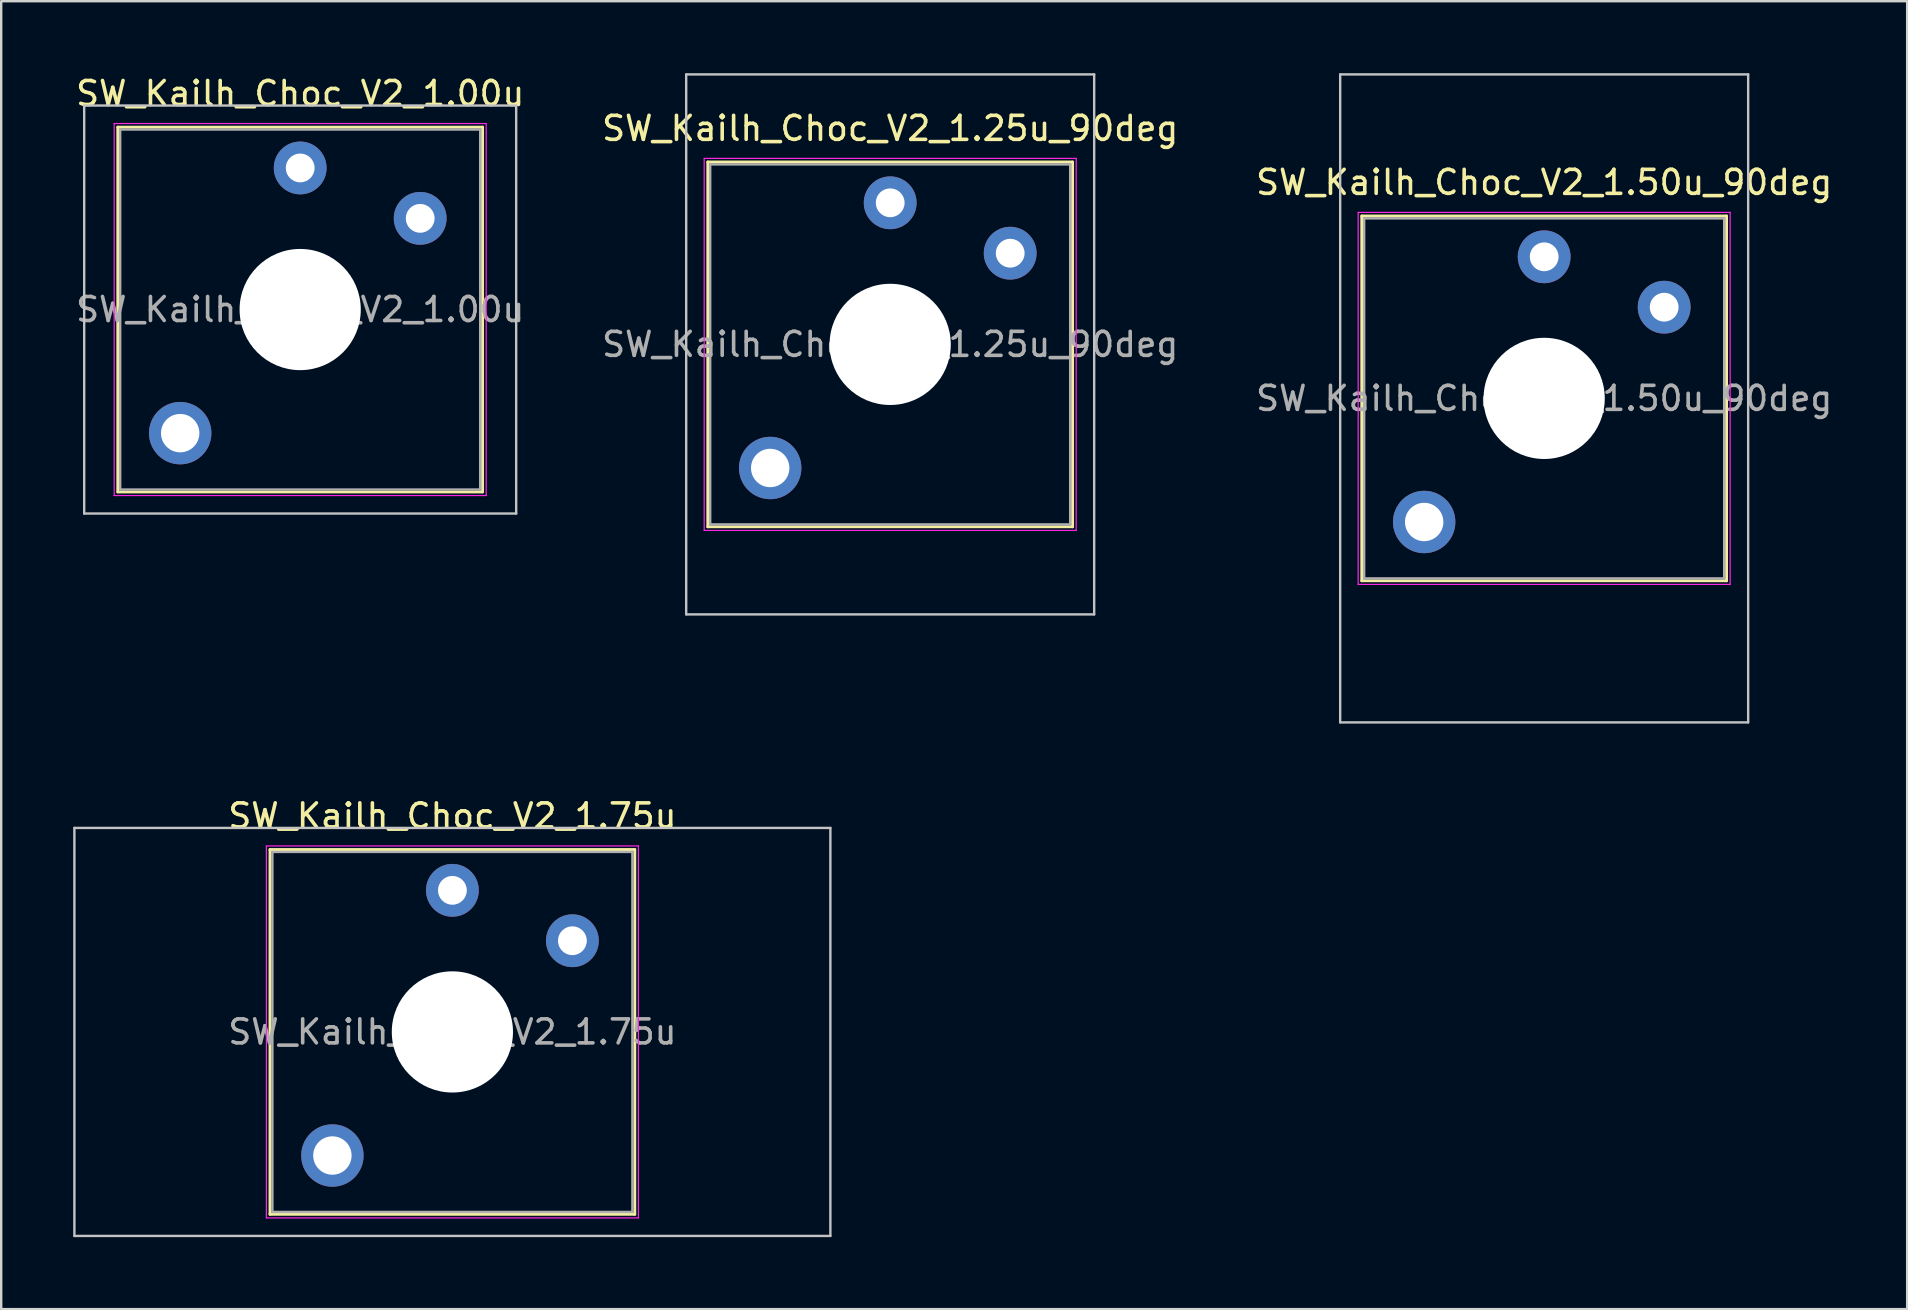
<source format=kicad_pcb>
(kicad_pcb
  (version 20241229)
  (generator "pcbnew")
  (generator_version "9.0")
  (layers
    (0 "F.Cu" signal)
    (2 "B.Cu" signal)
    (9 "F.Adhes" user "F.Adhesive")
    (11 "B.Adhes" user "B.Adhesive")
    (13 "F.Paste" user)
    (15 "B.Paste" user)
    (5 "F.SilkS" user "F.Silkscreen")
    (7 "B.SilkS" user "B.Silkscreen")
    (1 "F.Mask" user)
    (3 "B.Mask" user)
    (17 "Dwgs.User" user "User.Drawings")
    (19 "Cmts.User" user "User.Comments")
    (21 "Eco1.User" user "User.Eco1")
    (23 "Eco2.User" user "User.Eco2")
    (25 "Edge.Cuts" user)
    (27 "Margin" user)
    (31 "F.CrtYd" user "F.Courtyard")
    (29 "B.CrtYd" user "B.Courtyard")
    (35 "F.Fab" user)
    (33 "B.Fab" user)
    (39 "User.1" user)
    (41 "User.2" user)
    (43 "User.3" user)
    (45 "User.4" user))
  (footprint "SW_Kailh_Choc_V2_1.25u_90deg"
    (layer "F.Cu")
    (at 34.042 11.3)
    (property "Reference" "SW_Kailh_Choc_V2_1.25u_90deg" (at 0 -9 0) (layer "F.SilkS") (effects (font (size 1 1) (thickness 0.15))))
    (attr through_hole)
    (fp_line (start -7.6 -7.6) (end -7.6 7.6) (stroke (width 0.12) (type solid)) (layer "F.SilkS"))
    (fp_line (start -7.6 7.6) (end 7.6 7.6) (stroke (width 0.12) (type solid)) (layer "F.SilkS"))
    (fp_line (start 7.6 -7.6) (end -7.6 -7.6) (stroke (width 0.12) (type solid)) (layer "F.SilkS"))
    (fp_line (start 7.6 7.6) (end 7.6 -7.6) (stroke (width 0.12) (type solid)) (layer "F.SilkS"))
    (fp_line (start -8.5 -11.25) (end 8.5 -11.25) (stroke (width 0.1) (type solid)) (layer "Dwgs.User"))
    (fp_line (start -8.5 11.25) (end -8.5 -11.25) (stroke (width 0.1) (type solid)) (layer "Dwgs.User"))
    (fp_line (start 8.5 -11.25) (end 8.5 11.25) (stroke (width 0.1) (type solid)) (layer "Dwgs.User"))
    (fp_line (start 8.5 11.25) (end -8.5 11.25) (stroke (width 0.1) (type solid)) (layer "Dwgs.User"))
    (fp_line (start -7.25 -7.25) (end -7.25 7.25) (stroke (width 0.1) (type solid)) (layer "Eco1.User"))
    (fp_line (start -7.25 7.25) (end 7.25 7.25) (stroke (width 0.1) (type solid)) (layer "Eco1.User"))
    (fp_line (start 7.25 -7.25) (end -7.25 -7.25) (stroke (width 0.1) (type solid)) (layer "Eco1.User"))
    (fp_line (start 7.25 7.25) (end 7.25 -7.25) (stroke (width 0.1) (type solid)) (layer "Eco1.User"))
    (fp_line (start -7.75 -7.75) (end -7.75 7.75) (stroke (width 0.05) (type solid)) (layer "F.CrtYd"))
    (fp_line (start -7.75 7.75) (end 7.75 7.75) (stroke (width 0.05) (type solid)) (layer "F.CrtYd"))
    (fp_line (start 7.75 -7.75) (end -7.75 -7.75) (stroke (width 0.05) (type solid)) (layer "F.CrtYd"))
    (fp_line (start 7.75 7.75) (end 7.75 -7.75) (stroke (width 0.05) (type solid)) (layer "F.CrtYd"))
    (fp_line (start -7.5 -7.5) (end -7.5 7.5) (stroke (width 0.1) (type solid)) (layer "F.Fab"))
    (fp_line (start -7.5 7.5) (end 7.5 7.5) (stroke (width 0.1) (type solid)) (layer "F.Fab"))
    (fp_line (start 7.5 -7.5) (end -7.5 -7.5) (stroke (width 0.1) (type solid)) (layer "F.Fab"))
    (fp_line (start 7.5 7.5) (end 7.5 -7.5) (stroke (width 0.1) (type solid)) (layer "F.Fab"))
    (fp_text user "${REFERENCE}" (at 0 0 0) (layer "F.Fab") (effects (font (size 1 1) (thickness 0.15))))
    (pad "" smd circle (at -5 5.15) (size 1.65 1.65) (layers "F.Mask"))
    (pad "" thru_hole circle (at -5 5.15) (size 2.6 2.6) (drill 1.6) (layers "*.Cu" "B.Mask"))
    (pad "" smd circle (at 0 -5.9) (size 1.25 1.25) (layers "F.Mask"))
    (pad "" np_thru_hole circle (at 0 0) (size 5.05 5.05) (drill 5.05) (layers "*.Cu" "*.Mask"))
    (pad "" smd circle (at 5 -3.8) (size 1.25 1.25) (layers "F.Mask"))
    (pad "1" thru_hole circle (at 0 -5.9) (size 2.2 2.2) (drill 1.2) (layers "*.Cu" "B.Mask"))
    (pad "2" thru_hole circle (at 5 -3.8) (size 2.2 2.2) (drill 1.2) (layers "*.Cu" "B.Mask")))
  (footprint "SW_Kailh_Choc_V2_1.75u"
    (layer "F.Cu")
    (at 15.8 39.948)
    (property "Reference" "SW_Kailh_Choc_V2_1.75u" (at 0 -9 0) (layer "F.SilkS") (effects (font (size 1 1) (thickness 0.15))))
    (attr through_hole)
    (fp_line (start -7.6 -7.6) (end -7.6 7.6) (stroke (width 0.12) (type solid)) (layer "F.SilkS"))
    (fp_line (start -7.6 7.6) (end 7.6 7.6) (stroke (width 0.12) (type solid)) (layer "F.SilkS"))
    (fp_line (start 7.6 -7.6) (end -7.6 -7.6) (stroke (width 0.12) (type solid)) (layer "F.SilkS"))
    (fp_line (start 7.6 7.6) (end 7.6 -7.6) (stroke (width 0.12) (type solid)) (layer "F.SilkS"))
    (fp_line (start -15.75 -8.5) (end -15.75 8.5) (stroke (width 0.1) (type solid)) (layer "Dwgs.User"))
    (fp_line (start -15.75 8.5) (end 15.75 8.5) (stroke (width 0.1) (type solid)) (layer "Dwgs.User"))
    (fp_line (start 15.75 -8.5) (end -15.75 -8.5) (stroke (width 0.1) (type solid)) (layer "Dwgs.User"))
    (fp_line (start 15.75 8.5) (end 15.75 -8.5) (stroke (width 0.1) (type solid)) (layer "Dwgs.User"))
    (fp_line (start -7.25 -7.25) (end -7.25 7.25) (stroke (width 0.1) (type solid)) (layer "Eco1.User"))
    (fp_line (start -7.25 7.25) (end 7.25 7.25) (stroke (width 0.1) (type solid)) (layer "Eco1.User"))
    (fp_line (start 7.25 -7.25) (end -7.25 -7.25) (stroke (width 0.1) (type solid)) (layer "Eco1.User"))
    (fp_line (start 7.25 7.25) (end 7.25 -7.25) (stroke (width 0.1) (type solid)) (layer "Eco1.User"))
    (fp_line (start -7.75 -7.75) (end -7.75 7.75) (stroke (width 0.05) (type solid)) (layer "F.CrtYd"))
    (fp_line (start -7.75 7.75) (end 7.75 7.75) (stroke (width 0.05) (type solid)) (layer "F.CrtYd"))
    (fp_line (start 7.75 -7.75) (end -7.75 -7.75) (stroke (width 0.05) (type solid)) (layer "F.CrtYd"))
    (fp_line (start 7.75 7.75) (end 7.75 -7.75) (stroke (width 0.05) (type solid)) (layer "F.CrtYd"))
    (fp_line (start -7.5 -7.5) (end -7.5 7.5) (stroke (width 0.1) (type solid)) (layer "F.Fab"))
    (fp_line (start -7.5 7.5) (end 7.5 7.5) (stroke (width 0.1) (type solid)) (layer "F.Fab"))
    (fp_line (start 7.5 -7.5) (end -7.5 -7.5) (stroke (width 0.1) (type solid)) (layer "F.Fab"))
    (fp_line (start 7.5 7.5) (end 7.5 -7.5) (stroke (width 0.1) (type solid)) (layer "F.Fab"))
    (fp_text user "${REFERENCE}" (at 0 0 0) (layer "F.Fab") (effects (font (size 1 1) (thickness 0.15))))
    (pad "" smd circle (at -5 5.15) (size 1.65 1.65) (layers "F.Mask"))
    (pad "" thru_hole circle (at -5 5.15) (size 2.6 2.6) (drill 1.6) (layers "*.Cu" "B.Mask"))
    (pad "" smd circle (at 0 -5.9) (size 1.25 1.25) (layers "F.Mask"))
    (pad "" np_thru_hole circle (at 0 0) (size 5.05 5.05) (drill 5.05) (layers "*.Cu" "*.Mask"))
    (pad "" smd circle (at 5 -3.8) (size 1.25 1.25) (layers "F.Mask"))
    (pad "1" thru_hole circle (at 0 -5.9) (size 2.2 2.2) (drill 1.2) (layers "*.Cu" "B.Mask"))
    (pad "2" thru_hole circle (at 5 -3.8) (size 2.2 2.2) (drill 1.2) (layers "*.Cu" "B.Mask")))
  (footprint "SW_Kailh_Choc_V2_1.50u_90deg"
    (layer "F.Cu")
    (at 61.292 13.55)
    (property "Reference" "SW_Kailh_Choc_V2_1.50u_90deg" (at 0 -9 0) (layer "F.SilkS") (effects (font (size 1 1) (thickness 0.15))))
    (attr through_hole)
    (fp_line (start -7.6 -7.6) (end -7.6 7.6) (stroke (width 0.12) (type solid)) (layer "F.SilkS"))
    (fp_line (start -7.6 7.6) (end 7.6 7.6) (stroke (width 0.12) (type solid)) (layer "F.SilkS"))
    (fp_line (start 7.6 -7.6) (end -7.6 -7.6) (stroke (width 0.12) (type solid)) (layer "F.SilkS"))
    (fp_line (start 7.6 7.6) (end 7.6 -7.6) (stroke (width 0.12) (type solid)) (layer "F.SilkS"))
    (fp_line (start -8.5 -13.5) (end 8.5 -13.5) (stroke (width 0.1) (type solid)) (layer "Dwgs.User"))
    (fp_line (start -8.5 13.5) (end -8.5 -13.5) (stroke (width 0.1) (type solid)) (layer "Dwgs.User"))
    (fp_line (start 8.5 -13.5) (end 8.5 13.5) (stroke (width 0.1) (type solid)) (layer "Dwgs.User"))
    (fp_line (start 8.5 13.5) (end -8.5 13.5) (stroke (width 0.1) (type solid)) (layer "Dwgs.User"))
    (fp_line (start -7.25 -7.25) (end -7.25 7.25) (stroke (width 0.1) (type solid)) (layer "Eco1.User"))
    (fp_line (start -7.25 7.25) (end 7.25 7.25) (stroke (width 0.1) (type solid)) (layer "Eco1.User"))
    (fp_line (start 7.25 -7.25) (end -7.25 -7.25) (stroke (width 0.1) (type solid)) (layer "Eco1.User"))
    (fp_line (start 7.25 7.25) (end 7.25 -7.25) (stroke (width 0.1) (type solid)) (layer "Eco1.User"))
    (fp_line (start -7.75 -7.75) (end -7.75 7.75) (stroke (width 0.05) (type solid)) (layer "F.CrtYd"))
    (fp_line (start -7.75 7.75) (end 7.75 7.75) (stroke (width 0.05) (type solid)) (layer "F.CrtYd"))
    (fp_line (start 7.75 -7.75) (end -7.75 -7.75) (stroke (width 0.05) (type solid)) (layer "F.CrtYd"))
    (fp_line (start 7.75 7.75) (end 7.75 -7.75) (stroke (width 0.05) (type solid)) (layer "F.CrtYd"))
    (fp_line (start -7.5 -7.5) (end -7.5 7.5) (stroke (width 0.1) (type solid)) (layer "F.Fab"))
    (fp_line (start -7.5 7.5) (end 7.5 7.5) (stroke (width 0.1) (type solid)) (layer "F.Fab"))
    (fp_line (start 7.5 -7.5) (end -7.5 -7.5) (stroke (width 0.1) (type solid)) (layer "F.Fab"))
    (fp_line (start 7.5 7.5) (end 7.5 -7.5) (stroke (width 0.1) (type solid)) (layer "F.Fab"))
    (fp_text user "${REFERENCE}" (at 0 0 0) (layer "F.Fab") (effects (font (size 1 1) (thickness 0.15))))
    (pad "" smd circle (at -5 5.15) (size 1.65 1.65) (layers "F.Mask"))
    (pad "" thru_hole circle (at -5 5.15) (size 2.6 2.6) (drill 1.6) (layers "*.Cu" "B.Mask"))
    (pad "" smd circle (at 0 -5.9) (size 1.25 1.25) (layers "F.Mask"))
    (pad "" np_thru_hole circle (at 0 0) (size 5.05 5.05) (drill 5.05) (layers "*.Cu" "*.Mask"))
    (pad "" smd circle (at 5 -3.8) (size 1.25 1.25) (layers "F.Mask"))
    (pad "1" thru_hole circle (at 0 -5.9) (size 2.2 2.2) (drill 1.2) (layers "*.Cu" "B.Mask"))
    (pad "2" thru_hole circle (at 5 -3.8) (size 2.2 2.2) (drill 1.2) (layers "*.Cu" "B.Mask")))
  (footprint "SW_Kailh_Choc_V2_1.00u"
    (layer "F.Cu")
    (at 9.458 9.848)
    (property "Reference" "SW_Kailh_Choc_V2_1.00u" (at 0 -9 0) (layer "F.SilkS") (effects (font (size 1 1) (thickness 0.15))))
    (attr through_hole)
    (fp_line (start -7.6 -7.6) (end -7.6 7.6) (stroke (width 0.12) (type solid)) (layer "F.SilkS"))
    (fp_line (start -7.6 7.6) (end 7.6 7.6) (stroke (width 0.12) (type solid)) (layer "F.SilkS"))
    (fp_line (start 7.6 -7.6) (end -7.6 -7.6) (stroke (width 0.12) (type solid)) (layer "F.SilkS"))
    (fp_line (start 7.6 7.6) (end 7.6 -7.6) (stroke (width 0.12) (type solid)) (layer "F.SilkS"))
    (fp_line (start -9 -8.5) (end -9 8.5) (stroke (width 0.1) (type solid)) (layer "Dwgs.User"))
    (fp_line (start -9 8.5) (end 9 8.5) (stroke (width 0.1) (type solid)) (layer "Dwgs.User"))
    (fp_line (start 9 -8.5) (end -9 -8.5) (stroke (width 0.1) (type solid)) (layer "Dwgs.User"))
    (fp_line (start 9 8.5) (end 9 -8.5) (stroke (width 0.1) (type solid)) (layer "Dwgs.User"))
    (fp_line (start -7.25 -7.25) (end -7.25 7.25) (stroke (width 0.1) (type solid)) (layer "Eco1.User"))
    (fp_line (start -7.25 7.25) (end 7.25 7.25) (stroke (width 0.1) (type solid)) (layer "Eco1.User"))
    (fp_line (start 7.25 -7.25) (end -7.25 -7.25) (stroke (width 0.1) (type solid)) (layer "Eco1.User"))
    (fp_line (start 7.25 7.25) (end 7.25 -7.25) (stroke (width 0.1) (type solid)) (layer "Eco1.User"))
    (fp_line (start -7.75 -7.75) (end -7.75 7.75) (stroke (width 0.05) (type solid)) (layer "F.CrtYd"))
    (fp_line (start -7.75 7.75) (end 7.75 7.75) (stroke (width 0.05) (type solid)) (layer "F.CrtYd"))
    (fp_line (start 7.75 -7.75) (end -7.75 -7.75) (stroke (width 0.05) (type solid)) (layer "F.CrtYd"))
    (fp_line (start 7.75 7.75) (end 7.75 -7.75) (stroke (width 0.05) (type solid)) (layer "F.CrtYd"))
    (fp_line (start -7.5 -7.5) (end -7.5 7.5) (stroke (width 0.1) (type solid)) (layer "F.Fab"))
    (fp_line (start -7.5 7.5) (end 7.5 7.5) (stroke (width 0.1) (type solid)) (layer "F.Fab"))
    (fp_line (start 7.5 -7.5) (end -7.5 -7.5) (stroke (width 0.1) (type solid)) (layer "F.Fab"))
    (fp_line (start 7.5 7.5) (end 7.5 -7.5) (stroke (width 0.1) (type solid)) (layer "F.Fab"))
    (fp_text user "${REFERENCE}" (at 0 0 0) (layer "F.Fab") (effects (font (size 1 1) (thickness 0.15))))
    (pad "" smd circle (at -5 5.15) (size 1.65 1.65) (layers "F.Mask"))
    (pad "" thru_hole circle (at -5 5.15) (size 2.6 2.6) (drill 1.6) (layers "*.Cu" "B.Mask"))
    (pad "" smd circle (at 0 -5.9) (size 1.25 1.25) (layers "F.Mask"))
    (pad "" np_thru_hole circle (at 0 0) (size 5.05 5.05) (drill 5.05) (layers "*.Cu" "*.Mask"))
    (pad "" smd circle (at 5 -3.8) (size 1.25 1.25) (layers "F.Mask"))
    (pad "1" thru_hole circle (at 0 -5.9) (size 2.2 2.2) (drill 1.2) (layers "*.Cu" "B.Mask"))
    (pad "2" thru_hole circle (at 5 -3.8) (size 2.2 2.2) (drill 1.2) (layers "*.Cu" "B.Mask")))
  (gr_rect
    (start -3 -3)
    (end 76.417 51.498)
    (stroke (width 0.1) (type default))
    (fill no)
    (layer "Edge.Cuts")))
</source>
